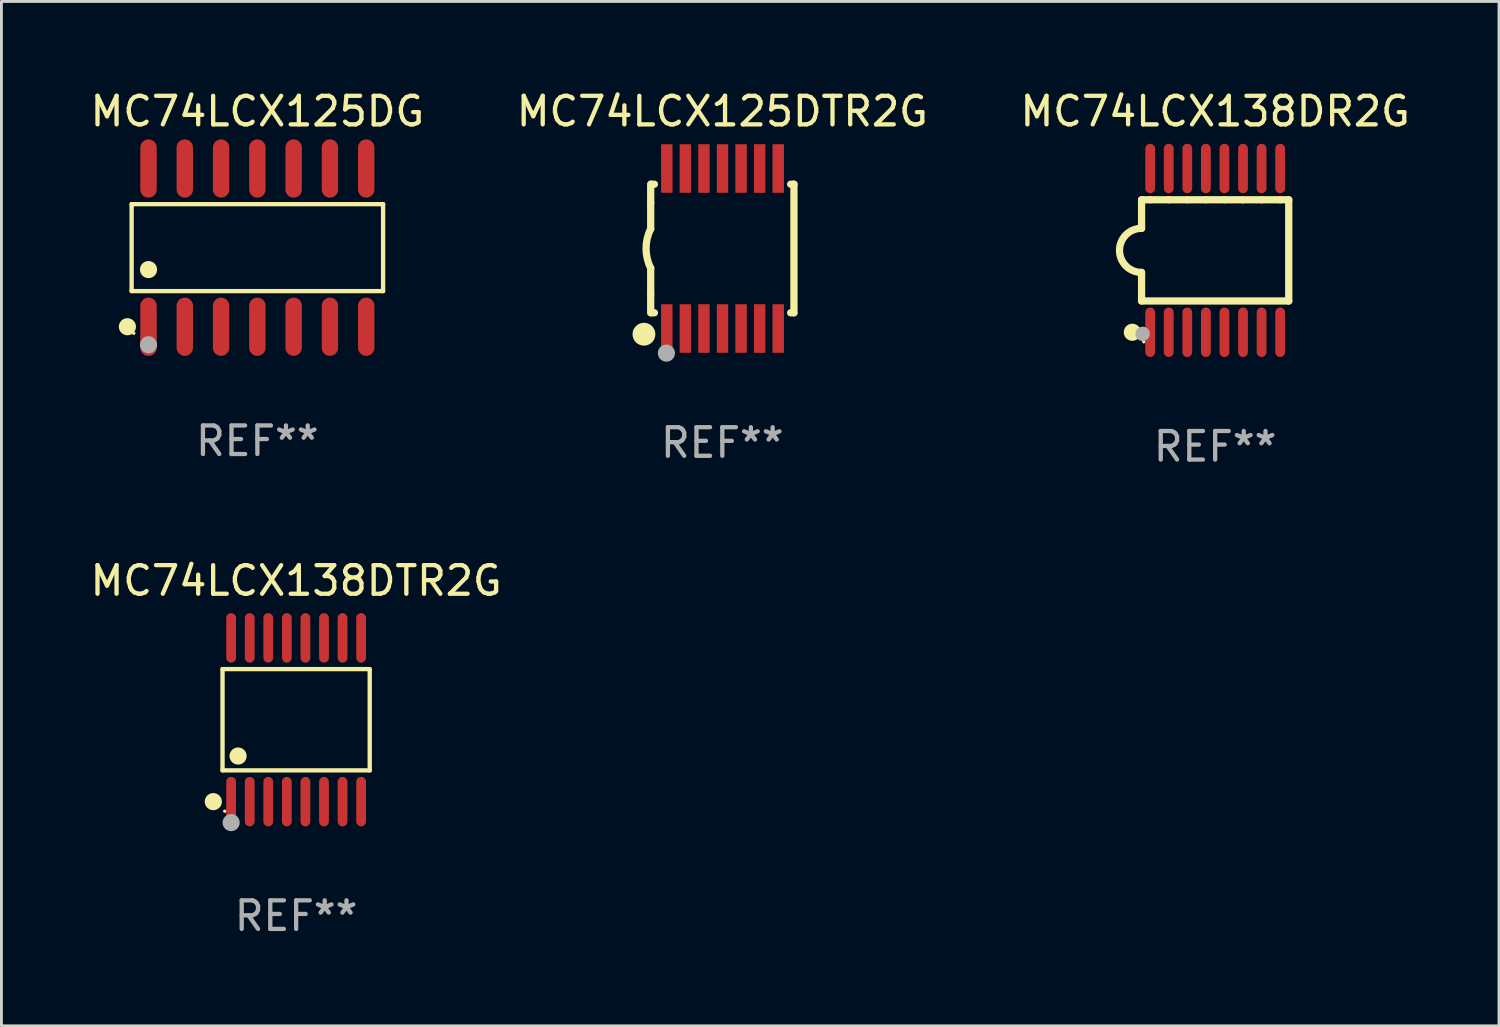
<source format=kicad_pcb>
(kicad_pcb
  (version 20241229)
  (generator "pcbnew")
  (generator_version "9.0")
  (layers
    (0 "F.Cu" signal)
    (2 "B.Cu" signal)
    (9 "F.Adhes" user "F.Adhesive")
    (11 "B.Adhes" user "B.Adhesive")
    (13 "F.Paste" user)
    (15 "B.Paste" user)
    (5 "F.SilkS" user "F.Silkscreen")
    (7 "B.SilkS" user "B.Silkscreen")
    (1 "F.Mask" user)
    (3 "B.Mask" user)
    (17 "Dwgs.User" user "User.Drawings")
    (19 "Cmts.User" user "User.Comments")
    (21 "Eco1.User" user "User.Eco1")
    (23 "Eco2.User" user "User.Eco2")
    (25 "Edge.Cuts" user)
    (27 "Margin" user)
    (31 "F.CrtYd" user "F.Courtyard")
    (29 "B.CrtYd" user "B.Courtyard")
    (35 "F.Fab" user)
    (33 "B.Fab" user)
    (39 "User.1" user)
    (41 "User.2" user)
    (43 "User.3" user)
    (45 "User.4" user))
  (footprint "MC74LCX138DTR2G"
    (layer "F.Cu")
    (at 7.315 22.142)
    (property "Reference" "MC74LCX138DTR2G" (at 0 -4.866 0) (layer "F.SilkS") (effects (font (size 1 1) (thickness 0.15))))
    (attr through_hole)
    (fp_line (start -2.576 -1.772) (end 2.576 -1.772) (stroke (width 0.152) (type solid)) (layer "F.SilkS"))
    (fp_line (start -2.576 1.771) (end -2.576 -1.772) (stroke (width 0.152) (type solid)) (layer "F.SilkS"))
    (fp_line (start 2.576 -1.772) (end 2.576 1.771) (stroke (width 0.152) (type solid)) (layer "F.SilkS"))
    (fp_line (start 2.576 1.771) (end -2.576 1.771) (stroke (width 0.152) (type solid)) (layer "F.SilkS"))
    (fp_circle (center -2.899 2.866) (end -2.749 2.866) (stroke (width 0.3) (type solid)) (fill no) (layer "F.SilkS"))
    (fp_circle (center -2.5 3.2) (end -2.47 3.2) (stroke (width 0.06) (type solid)) (fill no) (layer "F.SilkS"))
    (fp_circle (center -2.032 1.27) (end -1.882 1.27) (stroke (width 0.3) (type solid)) (fill no) (layer "F.SilkS"))
    (fp_circle (center -2.275 3.6) (end -2.125 3.6) (stroke (width 0.3) (type solid)) (fill no) (layer "F.Fab"))
    (fp_text user "REF**" (at 0 6.866 0) (layer "F.Fab") (effects (font (size 1 1) (thickness 0.15))))
    (pad "1" smd oval (at -2.275 2.866) (size 0.343 1.731) (layers "F.Cu" "F.Mask" "F.Paste"))
    (pad "2" smd oval (at -1.625 2.866) (size 0.343 1.731) (layers "F.Cu" "F.Mask" "F.Paste"))
    (pad "3" smd oval (at -0.975 2.866) (size 0.343 1.731) (layers "F.Cu" "F.Mask" "F.Paste"))
    (pad "4" smd oval (at -0.325 2.866) (size 0.343 1.731) (layers "F.Cu" "F.Mask" "F.Paste"))
    (pad "5" smd oval (at 0.325 2.866) (size 0.343 1.731) (layers "F.Cu" "F.Mask" "F.Paste"))
    (pad "6" smd oval (at 0.975 2.866) (size 0.343 1.731) (layers "F.Cu" "F.Mask" "F.Paste"))
    (pad "7" smd oval (at 1.625 2.866) (size 0.343 1.731) (layers "F.Cu" "F.Mask" "F.Paste"))
    (pad "8" smd oval (at 2.275 2.866) (size 0.343 1.731) (layers "F.Cu" "F.Mask" "F.Paste"))
    (pad "9" smd oval (at 2.275 -2.866) (size 0.343 1.731) (layers "F.Cu" "F.Mask" "F.Paste"))
    (pad "10" smd oval (at 1.625 -2.866) (size 0.343 1.731) (layers "F.Cu" "F.Mask" "F.Paste"))
    (pad "11" smd oval (at 0.975 -2.866) (size 0.343 1.731) (layers "F.Cu" "F.Mask" "F.Paste"))
    (pad "12" smd oval (at 0.325 -2.866) (size 0.343 1.731) (layers "F.Cu" "F.Mask" "F.Paste"))
    (pad "13" smd oval (at -0.325 -2.866) (size 0.343 1.731) (layers "F.Cu" "F.Mask" "F.Paste"))
    (pad "14" smd oval (at -0.975 -2.866) (size 0.343 1.731) (layers "F.Cu" "F.Mask" "F.Paste"))
    (pad "15" smd oval (at -1.625 -2.866) (size 0.343 1.731) (layers "F.Cu" "F.Mask" "F.Paste"))
    (pad "16" smd oval (at -2.275 -2.866) (size 0.343 1.731) (layers "F.Cu" "F.Mask" "F.Paste")))
  (footprint "MC74LCX125DTR2G"
    (layer "F.Cu")
    (at 22.232 5.648)
    (property "Reference" "MC74LCX125DTR2G" (at 0 -4.8 0) (layer "F.SilkS") (effects (font (size 1 1) (thickness 0.15))))
    (attr through_hole)
    (fp_line (start -2.507 -1.6) (end -2.507 -2.25) (stroke (width 0.254) (type solid)) (layer "F.SilkS"))
    (fp_line (start -2.507 -0.686) (end -2.507 -1.6) (stroke (width 0.254) (type solid)) (layer "F.SilkS"))
    (fp_line (start -2.507 1.6) (end -2.507 0.686) (stroke (width 0.254) (type solid)) (layer "F.SilkS"))
    (fp_line (start -2.507 1.6) (end -2.507 2.25) (stroke (width 0.254) (type solid)) (layer "F.SilkS"))
    (fp_line (start -2.493 -2.25) (end -2.377 -2.25) (stroke (width 0.254) (type solid)) (layer "F.SilkS"))
    (fp_line (start -2.377 2.25) (end -2.493 2.25) (stroke (width 0.254) (type solid)) (layer "F.SilkS"))
    (fp_line (start 2.392 -2.25) (end 2.507 -2.25) (stroke (width 0.254) (type solid)) (layer "F.SilkS"))
    (fp_line (start 2.507 -2.25) (end 2.507 2.25) (stroke (width 0.254) (type solid)) (layer "F.SilkS"))
    (fp_line (start 2.507 2.25) (end 2.392 2.25) (stroke (width 0.254) (type solid)) (layer "F.SilkS"))
    (fp_arc (start -2.507303 0.685802) (mid -2.669199 0) (end -2.507303 -0.685801) (stroke (width 0.254001) (type solid)) (layer "F.SilkS"))
    (fp_circle (center -2.743 3) (end -2.543 3) (stroke (width 0.4) (type solid)) (fill no) (layer "F.SilkS"))
    (fp_circle (center -2.493 3.2) (end -2.463 3.2) (stroke (width 0.06) (type solid)) (fill no) (layer "F.SilkS"))
    (fp_circle (center -1.957 3.662) (end -1.807 3.662) (stroke (width 0.3) (type solid)) (fill no) (layer "F.Fab"))
    (fp_text user "REF**" (at 0 6.8 0) (layer "F.Fab") (effects (font (size 1 1) (thickness 0.15))))
    (pad "1" smd rect (at -1.943 2.8) (size 0.4 1.7) (layers "F.Cu" "F.Mask" "F.Paste"))
    (pad "2" smd rect (at -1.293 2.8) (size 0.4 1.7) (layers "F.Cu" "F.Mask" "F.Paste"))
    (pad "3" smd rect (at -0.643 2.8) (size 0.4 1.7) (layers "F.Cu" "F.Mask" "F.Paste"))
    (pad "4" smd rect (at 0.007 2.8) (size 0.4 1.7) (layers "F.Cu" "F.Mask" "F.Paste"))
    (pad "5" smd rect (at 0.657 2.8) (size 0.4 1.7) (layers "F.Cu" "F.Mask" "F.Paste"))
    (pad "6" smd rect (at 1.307 2.8) (size 0.4 1.7) (layers "F.Cu" "F.Mask" "F.Paste"))
    (pad "7" smd rect (at 1.957 2.8) (size 0.4 1.7) (layers "F.Cu" "F.Mask" "F.Paste"))
    (pad "8" smd rect (at 1.957 -2.8) (size 0.4 1.7) (layers "F.Cu" "F.Mask" "F.Paste"))
    (pad "9" smd rect (at 1.307 -2.8) (size 0.4 1.7) (layers "F.Cu" "F.Mask" "F.Paste"))
    (pad "10" smd rect (at 0.657 -2.8) (size 0.4 1.7) (layers "F.Cu" "F.Mask" "F.Paste"))
    (pad "11" smd rect (at 0.007 -2.8) (size 0.4 1.7) (layers "F.Cu" "F.Mask" "F.Paste"))
    (pad "12" smd rect (at -0.643 -2.8) (size 0.4 1.7) (layers "F.Cu" "F.Mask" "F.Paste"))
    (pad "13" smd rect (at -1.293 -2.8) (size 0.4 1.7) (layers "F.Cu" "F.Mask" "F.Paste"))
    (pad "14" smd rect (at -1.943 -2.8) (size 0.4 1.7) (layers "F.Cu" "F.Mask" "F.Paste")))
  (footprint "MC74LCX125DG"
    (layer "F.Cu")
    (at 5.958 5.617)
    (property "Reference" "MC74LCX125DG" (at 0 -4.769 0) (layer "F.SilkS") (effects (font (size 1 1) (thickness 0.15))))
    (attr through_hole)
    (fp_line (start -4.401 -1.521) (end 4.401 -1.521) (stroke (width 0.152) (type solid)) (layer "F.SilkS"))
    (fp_line (start -4.401 1.521) (end -4.401 -1.521) (stroke (width 0.152) (type solid)) (layer "F.SilkS"))
    (fp_line (start 4.401 -1.521) (end 4.401 1.521) (stroke (width 0.152) (type solid)) (layer "F.SilkS"))
    (fp_line (start 4.401 1.521) (end -4.401 1.521) (stroke (width 0.152) (type solid)) (layer "F.SilkS"))
    (fp_circle (center -4.549 2.769) (end -4.399 2.769) (stroke (width 0.3) (type solid)) (fill no) (layer "F.SilkS"))
    (fp_circle (center -4.325 3) (end -4.295 3) (stroke (width 0.06) (type solid)) (fill no) (layer "F.SilkS"))
    (fp_circle (center -3.81 0.769) (end -3.66 0.769) (stroke (width 0.3) (type solid)) (fill no) (layer "F.SilkS"))
    (fp_circle (center -3.81 3.4) (end -3.66 3.4) (stroke (width 0.3) (type solid)) (fill no) (layer "F.Fab"))
    (fp_text user "REF**" (at 0 6.769 0) (layer "F.Fab") (effects (font (size 1 1) (thickness 0.15))))
    (pad "1" smd oval (at -3.81 2.769) (size 0.574 2.038) (layers "F.Cu" "F.Mask" "F.Paste"))
    (pad "2" smd oval (at -2.54 2.769) (size 0.574 2.038) (layers "F.Cu" "F.Mask" "F.Paste"))
    (pad "3" smd oval (at -1.27 2.769) (size 0.574 2.038) (layers "F.Cu" "F.Mask" "F.Paste"))
    (pad "4" smd oval (at 0 2.769) (size 0.574 2.038) (layers "F.Cu" "F.Mask" "F.Paste"))
    (pad "5" smd oval (at 1.27 2.769) (size 0.574 2.038) (layers "F.Cu" "F.Mask" "F.Paste"))
    (pad "6" smd oval (at 2.54 2.769) (size 0.574 2.038) (layers "F.Cu" "F.Mask" "F.Paste"))
    (pad "7" smd oval (at 3.81 2.769) (size 0.574 2.038) (layers "F.Cu" "F.Mask" "F.Paste"))
    (pad "8" smd oval (at 3.81 -2.769) (size 0.574 2.038) (layers "F.Cu" "F.Mask" "F.Paste"))
    (pad "9" smd oval (at 2.54 -2.769) (size 0.574 2.038) (layers "F.Cu" "F.Mask" "F.Paste"))
    (pad "10" smd oval (at 1.27 -2.769) (size 0.574 2.038) (layers "F.Cu" "F.Mask" "F.Paste"))
    (pad "11" smd oval (at 0 -2.769) (size 0.574 2.038) (layers "F.Cu" "F.Mask" "F.Paste"))
    (pad "12" smd oval (at -1.27 -2.769) (size 0.574 2.038) (layers "F.Cu" "F.Mask" "F.Paste"))
    (pad "13" smd oval (at -2.54 -2.769) (size 0.574 2.038) (layers "F.Cu" "F.Mask" "F.Paste"))
    (pad "14" smd oval (at -3.81 -2.769) (size 0.574 2.038) (layers "F.Cu" "F.Mask" "F.Paste")))
  (footprint "MC74LCX138DR2G"
    (layer "F.Cu")
    (at 39.482 5.714)
    (property "Reference" "MC74LCX138DR2G" (at 0 -4.866 0) (layer "F.SilkS") (effects (font (size 1 1) (thickness 0.15))))
    (attr through_hole)
    (fp_line (start -2.576 -1.771) (end -2.576 -0.771) (stroke (width 0.254) (type solid)) (layer "F.SilkS"))
    (fp_line (start -2.576 -1.771) (end -2.289 -1.771) (stroke (width 0.254) (type solid)) (layer "F.SilkS"))
    (fp_line (start -2.576 1.771) (end -2.576 0.771) (stroke (width 0.254) (type solid)) (layer "F.SilkS"))
    (fp_line (start -2.261 -1.771) (end -1.639 -1.771) (stroke (width 0.254) (type solid)) (layer "F.SilkS"))
    (fp_line (start -1.612 -1.771) (end -0.989 -1.771) (stroke (width 0.254) (type solid)) (layer "F.SilkS"))
    (fp_line (start -0.962 -1.771) (end -0.338 -1.771) (stroke (width 0.254) (type solid)) (layer "F.SilkS"))
    (fp_line (start -0.311 -1.771) (end 0.312 -1.771) (stroke (width 0.254) (type solid)) (layer "F.SilkS"))
    (fp_line (start 0.339 -1.771) (end 0.962 -1.771) (stroke (width 0.254) (type solid)) (layer "F.SilkS"))
    (fp_line (start 0.989 -1.771) (end 1.612 -1.771) (stroke (width 0.254) (type solid)) (layer "F.SilkS"))
    (fp_line (start 1.639 -1.771) (end 2.261 -1.771) (stroke (width 0.254) (type solid)) (layer "F.SilkS"))
    (fp_line (start 2.289 -1.771) (end 2.576 -1.771) (stroke (width 0.254) (type solid)) (layer "F.SilkS"))
    (fp_line (start 2.576 -1.771) (end 2.576 1.771) (stroke (width 0.254) (type solid)) (layer "F.SilkS"))
    (fp_line (start 2.576 1.771) (end -2.576 1.771) (stroke (width 0.254) (type solid)) (layer "F.SilkS"))
    (fp_arc (start -2.576226 0.7714) (mid -3.346889 -0.000648) (end -2.575311 -0.771781) (stroke (width 0.254001) (type solid)) (layer "F.SilkS"))
    (fp_circle (center -2.899 2.866) (end -2.749 2.866) (stroke (width 0.3) (type solid)) (fill no) (layer "F.SilkS"))
    (fp_circle (center -2.5 3.2) (end -2.47 3.2) (stroke (width 0.06) (type solid)) (fill no) (layer "F.SilkS"))
    (fp_circle (center -2.54 2.921) (end -2.413 2.921) (stroke (width 0.254) (type solid)) (fill no) (layer "F.Fab"))
    (fp_text user "REF**" (at 0 6.866 0) (layer "F.Fab") (effects (font (size 1 1) (thickness 0.15))))
    (pad "1" smd oval (at -2.275 2.866) (size 0.343 1.731) (layers "F.Cu" "F.Mask" "F.Paste"))
    (pad "2" smd oval (at -1.625 2.866) (size 0.343 1.731) (layers "F.Cu" "F.Mask" "F.Paste"))
    (pad "3" smd oval (at -0.975 2.866) (size 0.343 1.731) (layers "F.Cu" "F.Mask" "F.Paste"))
    (pad "4" smd oval (at -0.325 2.866) (size 0.343 1.731) (layers "F.Cu" "F.Mask" "F.Paste"))
    (pad "5" smd oval (at 0.325 2.866) (size 0.343 1.731) (layers "F.Cu" "F.Mask" "F.Paste"))
    (pad "6" smd oval (at 0.975 2.866) (size 0.343 1.731) (layers "F.Cu" "F.Mask" "F.Paste"))
    (pad "7" smd oval (at 1.625 2.866) (size 0.343 1.731) (layers "F.Cu" "F.Mask" "F.Paste"))
    (pad "8" smd oval (at 2.275 2.866) (size 0.343 1.731) (layers "F.Cu" "F.Mask" "F.Paste"))
    (pad "9" smd oval (at 2.275 -2.866) (size 0.343 1.731) (layers "F.Cu" "F.Mask" "F.Paste"))
    (pad "10" smd oval (at 1.625 -2.866) (size 0.343 1.731) (layers "F.Cu" "F.Mask" "F.Paste"))
    (pad "11" smd oval (at 0.975 -2.866) (size 0.343 1.731) (layers "F.Cu" "F.Mask" "F.Paste"))
    (pad "12" smd oval (at 0.325 -2.866) (size 0.343 1.731) (layers "F.Cu" "F.Mask" "F.Paste"))
    (pad "13" smd oval (at -0.325 -2.866) (size 0.343 1.731) (layers "F.Cu" "F.Mask" "F.Paste"))
    (pad "14" smd oval (at -0.975 -2.866) (size 0.343 1.731) (layers "F.Cu" "F.Mask" "F.Paste"))
    (pad "15" smd oval (at -1.625 -2.866) (size 0.343 1.731) (layers "F.Cu" "F.Mask" "F.Paste"))
    (pad "16" smd oval (at -2.275 -2.866) (size 0.343 1.731) (layers "F.Cu" "F.Mask" "F.Paste")))
  (gr_rect
    (start -3 -3)
    (end 49.417 32.856)
    (stroke (width 0.1) (type default))
    (fill no)
    (layer "Edge.Cuts")))
</source>
